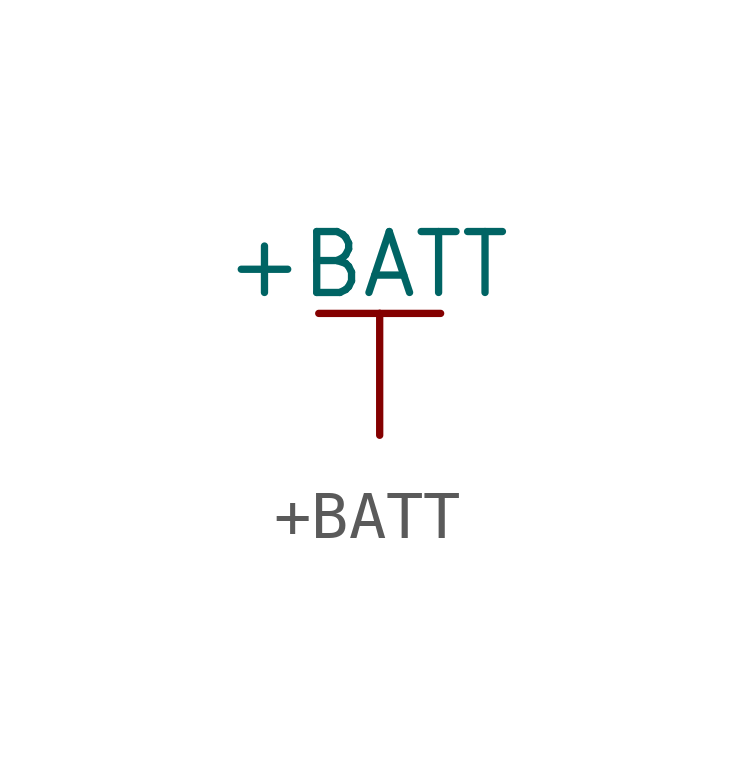
<source format=kicad_sym>
(kicad_symbol_lib
  (version 20231120)
  (generator "kicad_symbol_editor")
  (generator_version "8.0")
  (symbol "+BATT"
    (power)
    (pin_names
      (offset 0))
    (property "Reference" "#PWR"
      (at 0 -3.81 0)
      (effects (font (size 1.27 1.27)) (hide yes)))
    (property "Value" "+BATT"
      (at -0.254 3.556 0)
      (effects (font (size 1.27 1.27))))
    (symbol "+BATT_0_1"
      (polyline (pts (xy -1.27 2.54) (xy 0 2.54)) (stroke (width 0) (type default)) (fill (type none)))
      (polyline (pts (xy 0 0) (xy 0 2.54)) (stroke (width 0) (type default)) (fill (type none)))
      (polyline (pts (xy 0 2.54) (xy 1.27 2.54)) (stroke (width 0) (type default)) (fill (type none))))
    (symbol "+BATT_1_1"
      (pin power_in line (at 0 0 90) (length 0) hide (name "+5VRef" (effects (font (size 1.27 1.27)))) (number "1" (effects (font (size 1.27 1.27))))))))
</source>
